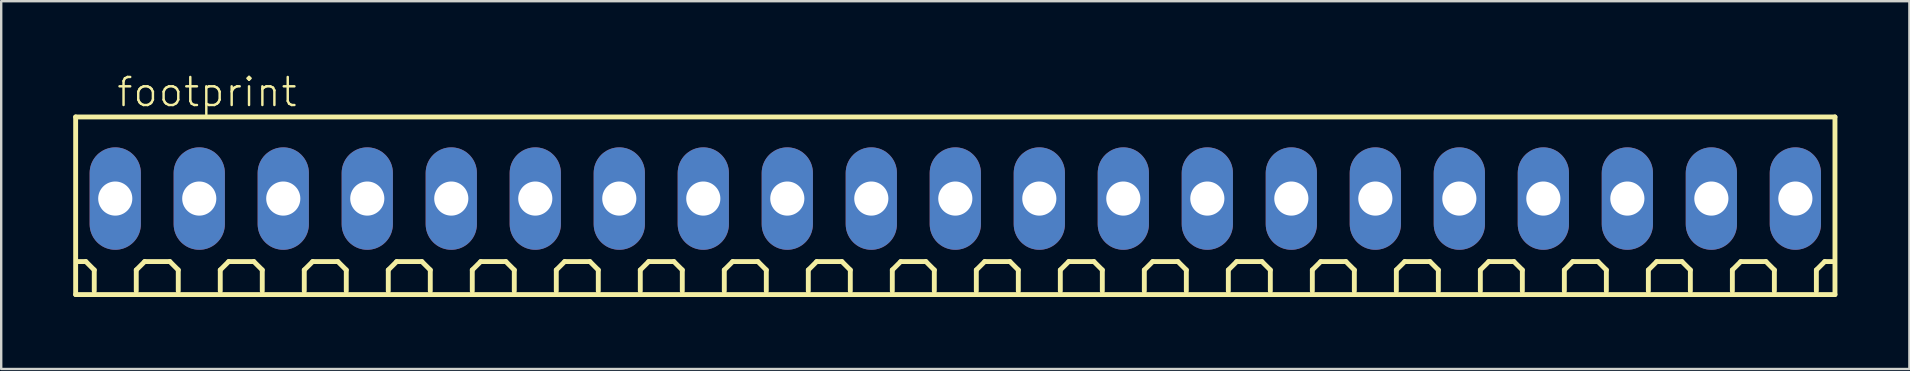
<source format=kicad_pcb>
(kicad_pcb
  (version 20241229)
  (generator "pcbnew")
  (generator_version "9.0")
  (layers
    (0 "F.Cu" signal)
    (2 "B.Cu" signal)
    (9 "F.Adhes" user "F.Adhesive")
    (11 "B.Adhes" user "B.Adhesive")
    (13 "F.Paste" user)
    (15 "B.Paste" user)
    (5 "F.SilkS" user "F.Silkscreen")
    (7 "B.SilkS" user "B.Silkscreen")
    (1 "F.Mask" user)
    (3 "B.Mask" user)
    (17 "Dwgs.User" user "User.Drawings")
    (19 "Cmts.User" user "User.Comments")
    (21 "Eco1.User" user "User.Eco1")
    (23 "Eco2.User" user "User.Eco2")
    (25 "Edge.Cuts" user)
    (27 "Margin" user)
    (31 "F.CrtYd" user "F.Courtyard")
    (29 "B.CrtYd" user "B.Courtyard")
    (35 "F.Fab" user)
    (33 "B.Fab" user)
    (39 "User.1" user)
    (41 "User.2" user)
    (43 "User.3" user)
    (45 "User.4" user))
  (footprint "footprint"
    (layer "F.Cu")
    (at 36.752 5.223)
    (property "Reference" "footprint" (at -35 -3.75 0) (layer "F.SilkS") (effects (font (size 1.168 1.168) (thickness 0.102)) (justify left bottom)))
    (fp_line (start -36.65 -3.4) (end 36.65 -3.4) (stroke (width 0.203) (type solid)) (layer "F.SilkS"))
    (fp_line (start -36.65 4) (end -36.65 -3.4) (stroke (width 0.203) (type solid)) (layer "F.SilkS"))
    (fp_line (start -36.225 2.625) (end -36.575 2.625) (stroke (width 0.203) (type solid)) (layer "F.SilkS"))
    (fp_line (start -35.875 2.975) (end -36.225 2.625) (stroke (width 0.203) (type solid)) (layer "F.SilkS"))
    (fp_line (start -35.875 3.85) (end -35.875 2.975) (stroke (width 0.203) (type solid)) (layer "F.SilkS"))
    (fp_line (start -34.125 2.975) (end -33.775 2.625) (stroke (width 0.203) (type solid)) (layer "F.SilkS"))
    (fp_line (start -34.125 3.85) (end -34.125 2.975) (stroke (width 0.203) (type solid)) (layer "F.SilkS"))
    (fp_line (start -33.775 2.625) (end -32.725 2.625) (stroke (width 0.203) (type solid)) (layer "F.SilkS"))
    (fp_line (start -32.725 2.625) (end -32.375 2.975) (stroke (width 0.203) (type solid)) (layer "F.SilkS"))
    (fp_line (start -32.375 2.975) (end -32.375 3.85) (stroke (width 0.203) (type solid)) (layer "F.SilkS"))
    (fp_line (start -30.625 2.975) (end -30.275 2.625) (stroke (width 0.203) (type solid)) (layer "F.SilkS"))
    (fp_line (start -30.625 3.85) (end -30.625 2.975) (stroke (width 0.203) (type solid)) (layer "F.SilkS"))
    (fp_line (start -30.275 2.625) (end -29.225 2.625) (stroke (width 0.203) (type solid)) (layer "F.SilkS"))
    (fp_line (start -29.225 2.625) (end -28.875 2.975) (stroke (width 0.203) (type solid)) (layer "F.SilkS"))
    (fp_line (start -28.875 2.975) (end -28.875 3.85) (stroke (width 0.203) (type solid)) (layer "F.SilkS"))
    (fp_line (start -27.125 2.975) (end -26.775 2.625) (stroke (width 0.203) (type solid)) (layer "F.SilkS"))
    (fp_line (start -27.125 3.85) (end -27.125 2.975) (stroke (width 0.203) (type solid)) (layer "F.SilkS"))
    (fp_line (start -26.775 2.625) (end -25.725 2.625) (stroke (width 0.203) (type solid)) (layer "F.SilkS"))
    (fp_line (start -25.725 2.625) (end -25.375 2.975) (stroke (width 0.203) (type solid)) (layer "F.SilkS"))
    (fp_line (start -25.375 2.975) (end -25.375 3.85) (stroke (width 0.203) (type solid)) (layer "F.SilkS"))
    (fp_line (start -23.625 2.975) (end -23.275 2.625) (stroke (width 0.203) (type solid)) (layer "F.SilkS"))
    (fp_line (start -23.625 3.85) (end -23.625 2.975) (stroke (width 0.203) (type solid)) (layer "F.SilkS"))
    (fp_line (start -23.275 2.625) (end -22.225 2.625) (stroke (width 0.203) (type solid)) (layer "F.SilkS"))
    (fp_line (start -22.225 2.625) (end -21.875 2.975) (stroke (width 0.203) (type solid)) (layer "F.SilkS"))
    (fp_line (start -21.875 2.975) (end -21.875 3.85) (stroke (width 0.203) (type solid)) (layer "F.SilkS"))
    (fp_line (start -20.125 2.975) (end -19.775 2.625) (stroke (width 0.203) (type solid)) (layer "F.SilkS"))
    (fp_line (start -20.125 3.85) (end -20.125 2.975) (stroke (width 0.203) (type solid)) (layer "F.SilkS"))
    (fp_line (start -19.775 2.625) (end -18.725 2.625) (stroke (width 0.203) (type solid)) (layer "F.SilkS"))
    (fp_line (start -18.725 2.625) (end -18.375 2.975) (stroke (width 0.203) (type solid)) (layer "F.SilkS"))
    (fp_line (start -18.375 2.975) (end -18.375 3.85) (stroke (width 0.203) (type solid)) (layer "F.SilkS"))
    (fp_line (start -16.625 2.975) (end -16.275 2.625) (stroke (width 0.203) (type solid)) (layer "F.SilkS"))
    (fp_line (start -16.625 3.85) (end -16.625 2.975) (stroke (width 0.203) (type solid)) (layer "F.SilkS"))
    (fp_line (start -16.275 2.625) (end -15.225 2.625) (stroke (width 0.203) (type solid)) (layer "F.SilkS"))
    (fp_line (start -15.225 2.625) (end -14.875 2.975) (stroke (width 0.203) (type solid)) (layer "F.SilkS"))
    (fp_line (start -14.875 2.975) (end -14.875 3.85) (stroke (width 0.203) (type solid)) (layer "F.SilkS"))
    (fp_line (start -13.125 2.975) (end -12.775 2.625) (stroke (width 0.203) (type solid)) (layer "F.SilkS"))
    (fp_line (start -13.125 3.85) (end -13.125 2.975) (stroke (width 0.203) (type solid)) (layer "F.SilkS"))
    (fp_line (start -12.775 2.625) (end -11.725 2.625) (stroke (width 0.203) (type solid)) (layer "F.SilkS"))
    (fp_line (start -11.725 2.625) (end -11.375 2.975) (stroke (width 0.203) (type solid)) (layer "F.SilkS"))
    (fp_line (start -11.375 2.975) (end -11.375 3.85) (stroke (width 0.203) (type solid)) (layer "F.SilkS"))
    (fp_line (start -9.625 2.975) (end -9.275 2.625) (stroke (width 0.203) (type solid)) (layer "F.SilkS"))
    (fp_line (start -9.625 3.85) (end -9.625 2.975) (stroke (width 0.203) (type solid)) (layer "F.SilkS"))
    (fp_line (start -9.275 2.625) (end -8.225 2.625) (stroke (width 0.203) (type solid)) (layer "F.SilkS"))
    (fp_line (start -8.225 2.625) (end -7.875 2.975) (stroke (width 0.203) (type solid)) (layer "F.SilkS"))
    (fp_line (start -7.875 2.975) (end -7.875 3.85) (stroke (width 0.203) (type solid)) (layer "F.SilkS"))
    (fp_line (start -6.125 2.975) (end -5.775 2.625) (stroke (width 0.203) (type solid)) (layer "F.SilkS"))
    (fp_line (start -6.125 3.85) (end -6.125 2.975) (stroke (width 0.203) (type solid)) (layer "F.SilkS"))
    (fp_line (start -5.775 2.625) (end -4.725 2.625) (stroke (width 0.203) (type solid)) (layer "F.SilkS"))
    (fp_line (start -4.725 2.625) (end -4.375 2.975) (stroke (width 0.203) (type solid)) (layer "F.SilkS"))
    (fp_line (start -4.375 2.975) (end -4.375 3.85) (stroke (width 0.203) (type solid)) (layer "F.SilkS"))
    (fp_line (start -2.625 2.975) (end -2.275 2.625) (stroke (width 0.203) (type solid)) (layer "F.SilkS"))
    (fp_line (start -2.625 3.85) (end -2.625 2.975) (stroke (width 0.203) (type solid)) (layer "F.SilkS"))
    (fp_line (start -2.275 2.625) (end -1.225 2.625) (stroke (width 0.203) (type solid)) (layer "F.SilkS"))
    (fp_line (start -1.225 2.625) (end -0.875 2.975) (stroke (width 0.203) (type solid)) (layer "F.SilkS"))
    (fp_line (start -0.875 2.975) (end -0.875 3.85) (stroke (width 0.203) (type solid)) (layer "F.SilkS"))
    (fp_line (start 0.875 2.975) (end 1.225 2.625) (stroke (width 0.203) (type solid)) (layer "F.SilkS"))
    (fp_line (start 0.875 3.85) (end 0.875 2.975) (stroke (width 0.203) (type solid)) (layer "F.SilkS"))
    (fp_line (start 1.225 2.625) (end 2.275 2.625) (stroke (width 0.203) (type solid)) (layer "F.SilkS"))
    (fp_line (start 2.275 2.625) (end 2.625 2.975) (stroke (width 0.203) (type solid)) (layer "F.SilkS"))
    (fp_line (start 2.625 2.975) (end 2.625 3.85) (stroke (width 0.203) (type solid)) (layer "F.SilkS"))
    (fp_line (start 4.375 2.975) (end 4.725 2.625) (stroke (width 0.203) (type solid)) (layer "F.SilkS"))
    (fp_line (start 4.375 3.85) (end 4.375 2.975) (stroke (width 0.203) (type solid)) (layer "F.SilkS"))
    (fp_line (start 4.725 2.625) (end 5.775 2.625) (stroke (width 0.203) (type solid)) (layer "F.SilkS"))
    (fp_line (start 5.775 2.625) (end 6.125 2.975) (stroke (width 0.203) (type solid)) (layer "F.SilkS"))
    (fp_line (start 6.125 2.975) (end 6.125 3.85) (stroke (width 0.203) (type solid)) (layer "F.SilkS"))
    (fp_line (start 7.875 2.975) (end 8.225 2.625) (stroke (width 0.203) (type solid)) (layer "F.SilkS"))
    (fp_line (start 7.875 3.85) (end 7.875 2.975) (stroke (width 0.203) (type solid)) (layer "F.SilkS"))
    (fp_line (start 8.225 2.625) (end 9.275 2.625) (stroke (width 0.203) (type solid)) (layer "F.SilkS"))
    (fp_line (start 9.275 2.625) (end 9.625 2.975) (stroke (width 0.203) (type solid)) (layer "F.SilkS"))
    (fp_line (start 9.625 2.975) (end 9.625 3.85) (stroke (width 0.203) (type solid)) (layer "F.SilkS"))
    (fp_line (start 11.375 2.975) (end 11.725 2.625) (stroke (width 0.203) (type solid)) (layer "F.SilkS"))
    (fp_line (start 11.375 3.85) (end 11.375 2.975) (stroke (width 0.203) (type solid)) (layer "F.SilkS"))
    (fp_line (start 11.725 2.625) (end 12.775 2.625) (stroke (width 0.203) (type solid)) (layer "F.SilkS"))
    (fp_line (start 12.775 2.625) (end 13.125 2.975) (stroke (width 0.203) (type solid)) (layer "F.SilkS"))
    (fp_line (start 13.125 2.975) (end 13.125 3.85) (stroke (width 0.203) (type solid)) (layer "F.SilkS"))
    (fp_line (start 14.875 2.975) (end 15.225 2.625) (stroke (width 0.203) (type solid)) (layer "F.SilkS"))
    (fp_line (start 14.875 3.85) (end 14.875 2.975) (stroke (width 0.203) (type solid)) (layer "F.SilkS"))
    (fp_line (start 15.225 2.625) (end 16.275 2.625) (stroke (width 0.203) (type solid)) (layer "F.SilkS"))
    (fp_line (start 16.275 2.625) (end 16.625 2.975) (stroke (width 0.203) (type solid)) (layer "F.SilkS"))
    (fp_line (start 16.625 2.975) (end 16.625 3.85) (stroke (width 0.203) (type solid)) (layer "F.SilkS"))
    (fp_line (start 18.375 2.975) (end 18.725 2.625) (stroke (width 0.203) (type solid)) (layer "F.SilkS"))
    (fp_line (start 18.375 3.85) (end 18.375 2.975) (stroke (width 0.203) (type solid)) (layer "F.SilkS"))
    (fp_line (start 18.725 2.625) (end 19.775 2.625) (stroke (width 0.203) (type solid)) (layer "F.SilkS"))
    (fp_line (start 19.775 2.625) (end 20.125 2.975) (stroke (width 0.203) (type solid)) (layer "F.SilkS"))
    (fp_line (start 20.125 2.975) (end 20.125 3.85) (stroke (width 0.203) (type solid)) (layer "F.SilkS"))
    (fp_line (start 21.875 2.975) (end 22.225 2.625) (stroke (width 0.203) (type solid)) (layer "F.SilkS"))
    (fp_line (start 21.875 3.85) (end 21.875 2.975) (stroke (width 0.203) (type solid)) (layer "F.SilkS"))
    (fp_line (start 22.225 2.625) (end 23.275 2.625) (stroke (width 0.203) (type solid)) (layer "F.SilkS"))
    (fp_line (start 23.275 2.625) (end 23.625 2.975) (stroke (width 0.203) (type solid)) (layer "F.SilkS"))
    (fp_line (start 23.625 2.975) (end 23.625 3.85) (stroke (width 0.203) (type solid)) (layer "F.SilkS"))
    (fp_line (start 25.375 2.975) (end 25.725 2.625) (stroke (width 0.203) (type solid)) (layer "F.SilkS"))
    (fp_line (start 25.375 3.85) (end 25.375 2.975) (stroke (width 0.203) (type solid)) (layer "F.SilkS"))
    (fp_line (start 25.725 2.625) (end 26.775 2.625) (stroke (width 0.203) (type solid)) (layer "F.SilkS"))
    (fp_line (start 26.775 2.625) (end 27.125 2.975) (stroke (width 0.203) (type solid)) (layer "F.SilkS"))
    (fp_line (start 27.125 2.975) (end 27.125 3.85) (stroke (width 0.203) (type solid)) (layer "F.SilkS"))
    (fp_line (start 28.875 2.975) (end 29.225 2.625) (stroke (width 0.203) (type solid)) (layer "F.SilkS"))
    (fp_line (start 28.875 3.85) (end 28.875 2.975) (stroke (width 0.203) (type solid)) (layer "F.SilkS"))
    (fp_line (start 29.225 2.625) (end 30.275 2.625) (stroke (width 0.203) (type solid)) (layer "F.SilkS"))
    (fp_line (start 30.275 2.625) (end 30.625 2.975) (stroke (width 0.203) (type solid)) (layer "F.SilkS"))
    (fp_line (start 30.625 2.975) (end 30.625 3.85) (stroke (width 0.203) (type solid)) (layer "F.SilkS"))
    (fp_line (start 32.375 2.975) (end 32.725 2.625) (stroke (width 0.203) (type solid)) (layer "F.SilkS"))
    (fp_line (start 32.375 3.85) (end 32.375 2.975) (stroke (width 0.203) (type solid)) (layer "F.SilkS"))
    (fp_line (start 32.725 2.625) (end 33.775 2.625) (stroke (width 0.203) (type solid)) (layer "F.SilkS"))
    (fp_line (start 33.775 2.625) (end 34.125 2.975) (stroke (width 0.203) (type solid)) (layer "F.SilkS"))
    (fp_line (start 34.125 2.975) (end 34.125 3.85) (stroke (width 0.203) (type solid)) (layer "F.SilkS"))
    (fp_line (start 35.875 2.975) (end 36.225 2.625) (stroke (width 0.203) (type solid)) (layer "F.SilkS"))
    (fp_line (start 35.875 3.85) (end 35.875 2.975) (stroke (width 0.203) (type solid)) (layer "F.SilkS"))
    (fp_line (start 36.225 2.625) (end 36.575 2.625) (stroke (width 0.203) (type solid)) (layer "F.SilkS"))
    (fp_line (start 36.65 -3.4) (end 36.65 4) (stroke (width 0.203) (type solid)) (layer "F.SilkS"))
    (fp_line (start 36.65 4) (end -36.65 4) (stroke (width 0.203) (type solid)) (layer "F.SilkS"))
    (pad "1" thru_hole oval (at -35 0 90) (size 4.267 2.134) (drill 1.422) (layers "*.Cu" "*.Mask"))
    (pad "2" thru_hole oval (at -31.5 0 90) (size 4.267 2.134) (drill 1.422) (layers "*.Cu" "*.Mask"))
    (pad "3" thru_hole oval (at -28 0 90) (size 4.267 2.134) (drill 1.422) (layers "*.Cu" "*.Mask"))
    (pad "4" thru_hole oval (at -24.5 0 90) (size 4.267 2.134) (drill 1.422) (layers "*.Cu" "*.Mask"))
    (pad "5" thru_hole oval (at -21 0 90) (size 4.267 2.134) (drill 1.422) (layers "*.Cu" "*.Mask"))
    (pad "6" thru_hole oval (at -17.5 0 90) (size 4.267 2.134) (drill 1.422) (layers "*.Cu" "*.Mask"))
    (pad "7" thru_hole oval (at -14 0 90) (size 4.267 2.134) (drill 1.422) (layers "*.Cu" "*.Mask"))
    (pad "8" thru_hole oval (at -10.5 0 90) (size 4.267 2.134) (drill 1.422) (layers "*.Cu" "*.Mask"))
    (pad "9" thru_hole oval (at -7 0 90) (size 4.267 2.134) (drill 1.422) (layers "*.Cu" "*.Mask"))
    (pad "10" thru_hole oval (at -3.5 0 90) (size 4.267 2.134) (drill 1.422) (layers "*.Cu" "*.Mask"))
    (pad "11" thru_hole oval (at 0 0 90) (size 4.267 2.134) (drill 1.422) (layers "*.Cu" "*.Mask"))
    (pad "12" thru_hole oval (at 3.5 0 90) (size 4.267 2.134) (drill 1.422) (layers "*.Cu" "*.Mask"))
    (pad "13" thru_hole oval (at 7 0 90) (size 4.267 2.134) (drill 1.422) (layers "*.Cu" "*.Mask"))
    (pad "14" thru_hole oval (at 10.5 0 90) (size 4.267 2.134) (drill 1.422) (layers "*.Cu" "*.Mask"))
    (pad "15" thru_hole oval (at 14 0 90) (size 4.267 2.134) (drill 1.422) (layers "*.Cu" "*.Mask"))
    (pad "16" thru_hole oval (at 17.5 0 90) (size 4.267 2.134) (drill 1.422) (layers "*.Cu" "*.Mask"))
    (pad "17" thru_hole oval (at 21 0 90) (size 4.267 2.134) (drill 1.422) (layers "*.Cu" "*.Mask"))
    (pad "18" thru_hole oval (at 24.5 0 90) (size 4.267 2.134) (drill 1.422) (layers "*.Cu" "*.Mask"))
    (pad "19" thru_hole oval (at 28 0 90) (size 4.267 2.134) (drill 1.422) (layers "*.Cu" "*.Mask"))
    (pad "20" thru_hole oval (at 31.5 0 90) (size 4.267 2.134) (drill 1.422) (layers "*.Cu" "*.Mask"))
    (pad "21" thru_hole oval (at 35 0 90) (size 4.267 2.134) (drill 1.422) (layers "*.Cu" "*.Mask")))
  (gr_rect
    (start -3 -3)
    (end 76.503 12.325)
    (stroke (width 0.1) (type default))
    (fill no)
    (layer "Edge.Cuts")))
</source>
